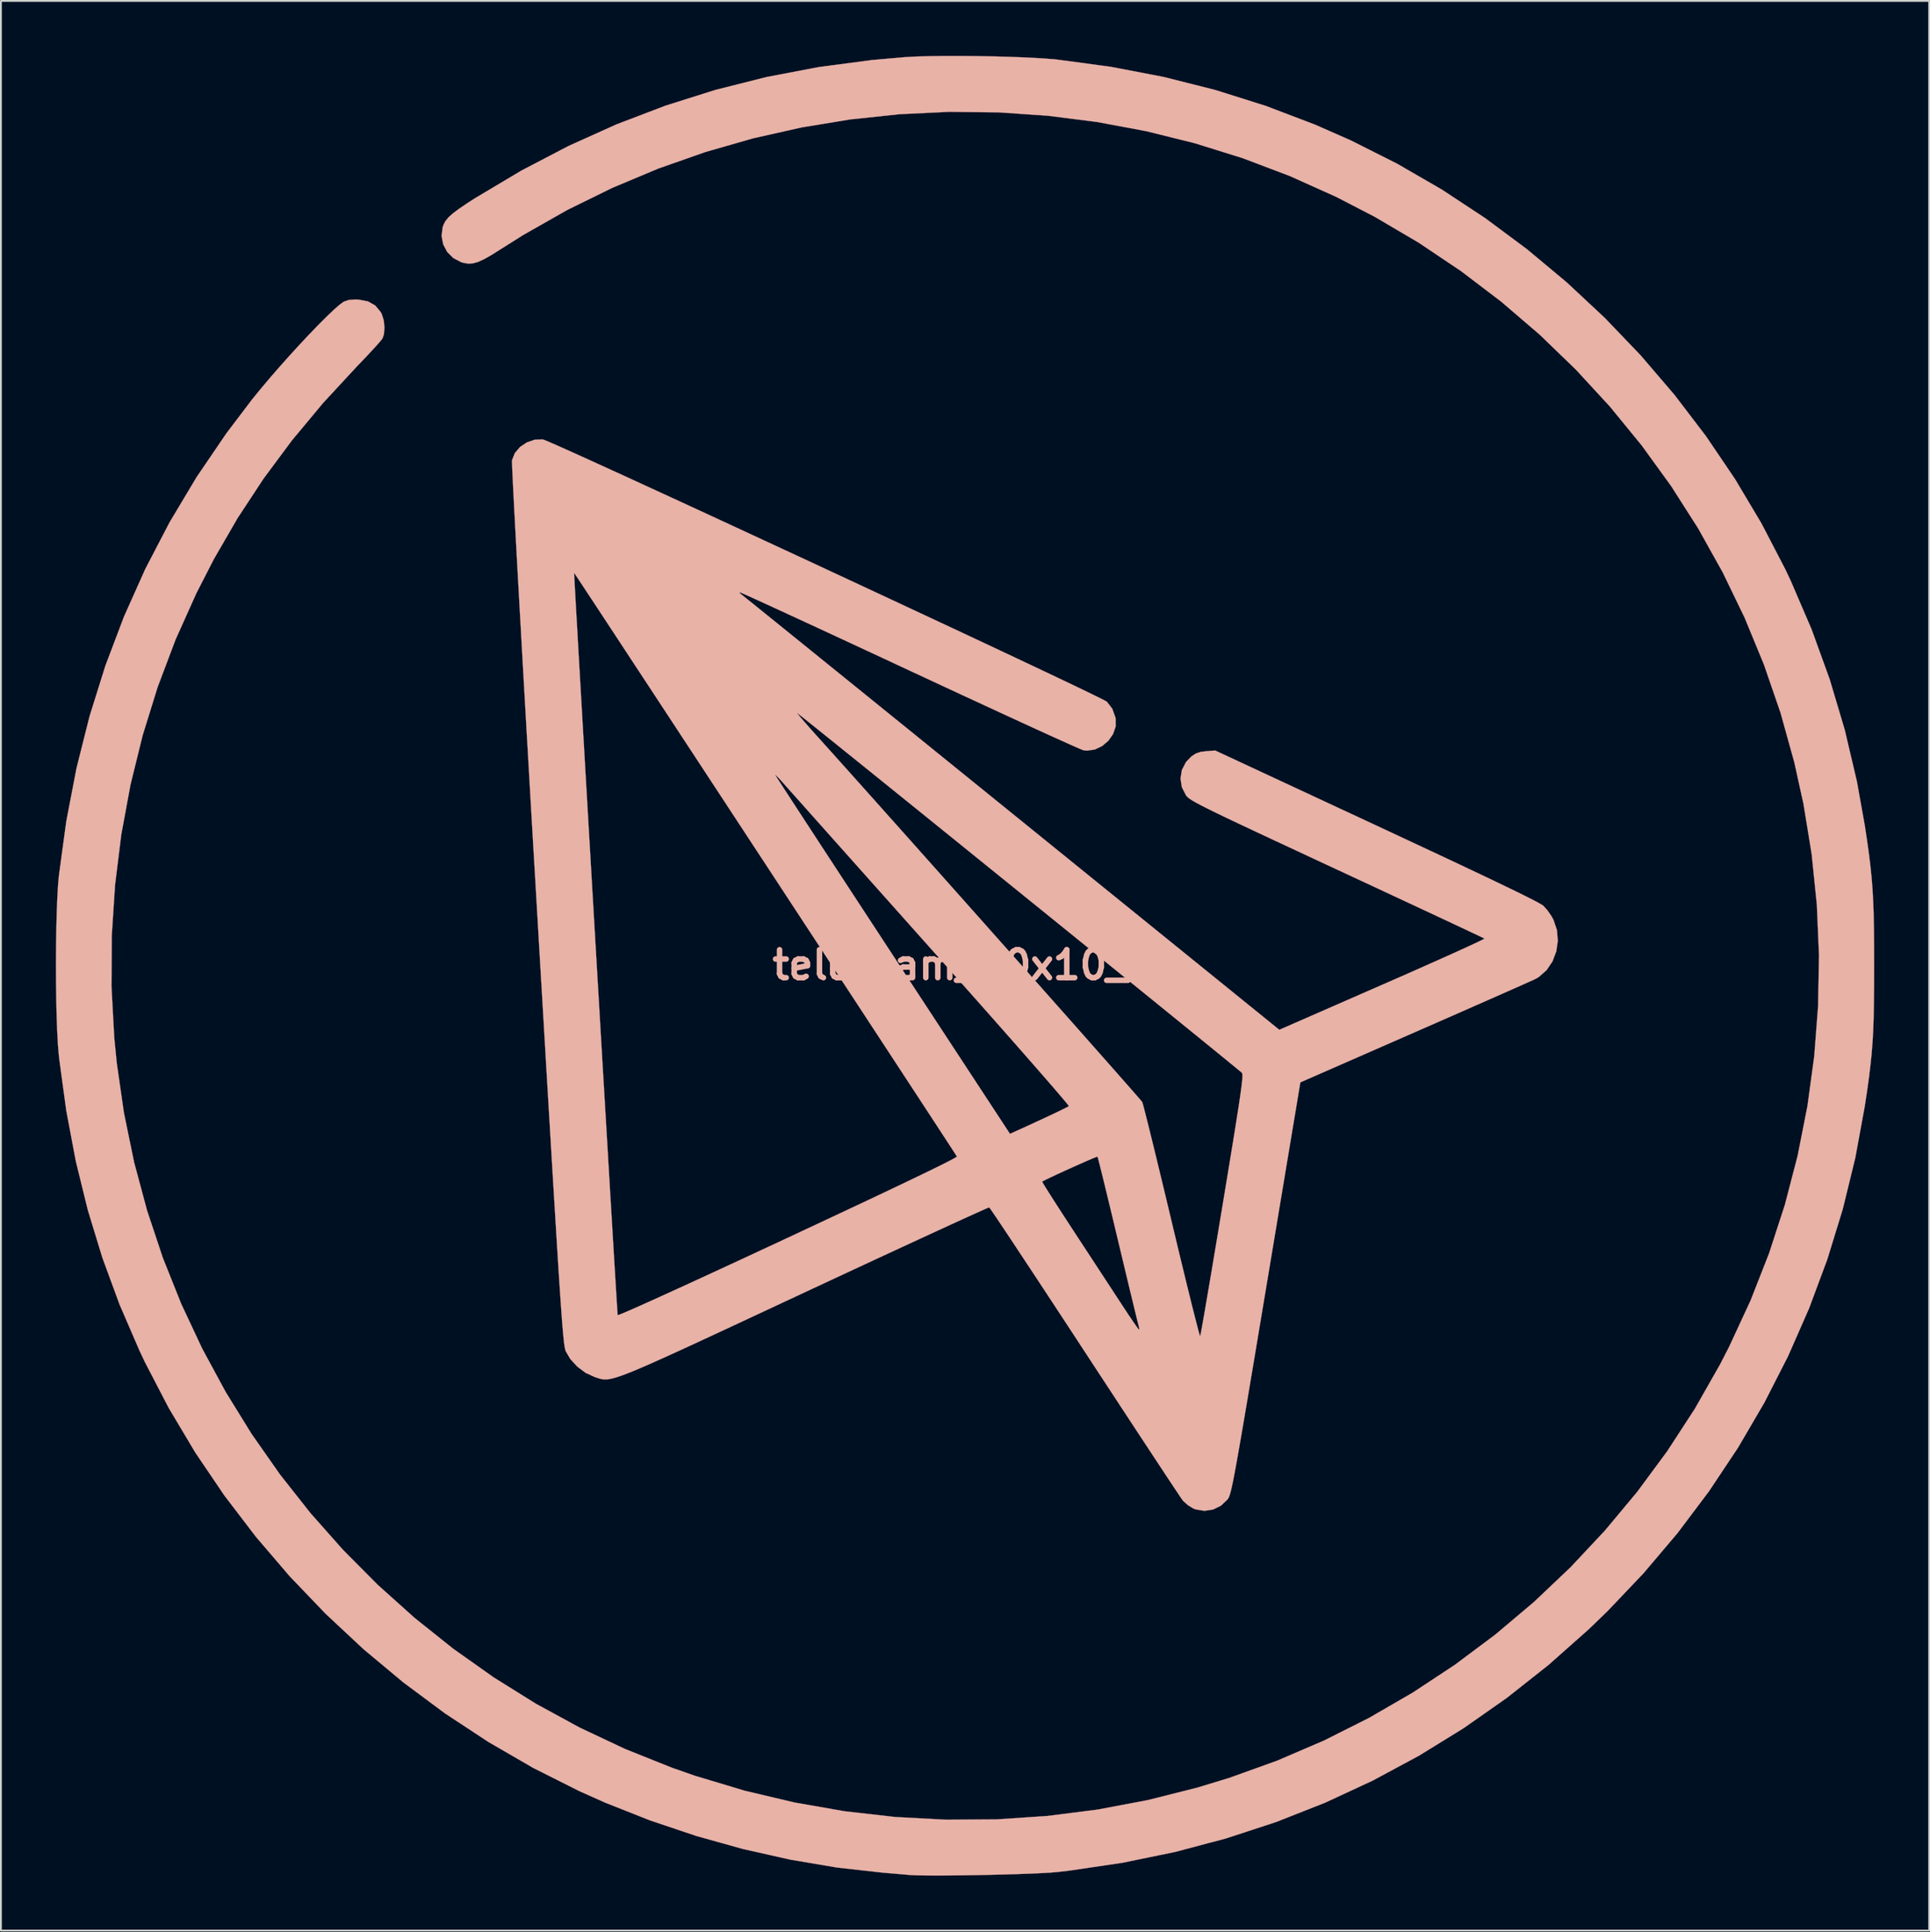
<source format=kicad_pcb>
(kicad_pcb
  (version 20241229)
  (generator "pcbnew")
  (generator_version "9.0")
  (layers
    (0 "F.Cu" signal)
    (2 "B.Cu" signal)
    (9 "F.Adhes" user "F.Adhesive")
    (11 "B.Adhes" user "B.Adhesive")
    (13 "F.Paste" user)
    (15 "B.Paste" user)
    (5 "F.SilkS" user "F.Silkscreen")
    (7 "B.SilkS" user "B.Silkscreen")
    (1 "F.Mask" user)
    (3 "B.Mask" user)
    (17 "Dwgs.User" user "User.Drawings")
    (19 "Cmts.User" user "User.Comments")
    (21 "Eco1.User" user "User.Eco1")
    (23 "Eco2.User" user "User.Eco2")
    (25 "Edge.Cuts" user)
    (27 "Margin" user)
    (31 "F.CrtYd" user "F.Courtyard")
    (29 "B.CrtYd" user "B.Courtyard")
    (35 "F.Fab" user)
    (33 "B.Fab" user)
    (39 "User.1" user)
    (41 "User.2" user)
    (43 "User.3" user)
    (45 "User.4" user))
  (footprint "telegram_10x10_B"
    (layer "F.Cu")
    (at 49.583 49.605)
    (property "Reference" "telegram_10x10_B" (at 0 0 0) (layer "B.SilkS") (effects (font (size 1.524 1.524) (thickness 0.3))))
    (attr through_hole)
    (fp_poly (pts (xy 0.769 -49.592) (xy 1.707 -49.574) (xy 2.616 -49.548) (xy 3.463 -49.514) (xy 4.218 -49.473) (xy 4.847 -49.426) (xy 5.038 -49.407) (xy 7.983 -49.011) (xy 10.865 -48.458) (xy 13.684 -47.748) (xy 16.44 -46.88) (xy 19.133 -45.856) (xy 21.089 -44.995) (xy 23.612 -43.726) (xy 26.06 -42.31) (xy 28.424 -40.753) (xy 30.698 -39.063) (xy 32.875 -37.247) (xy 34.948 -35.312) (xy 36.91 -33.264) (xy 38.753 -31.112) (xy 40.471 -28.861) (xy 42.057 -26.519) (xy 43.504 -24.093) (xy 44.805 -21.589) (xy 45.1 -20.964) (xy 46.241 -18.309) (xy 47.225 -15.593) (xy 48.049 -12.828) (xy 48.71 -10.021) (xy 49.141 -7.62) (xy 49.263 -6.808) (xy 49.365 -6.084) (xy 49.447 -5.419) (xy 49.512 -4.785) (xy 49.562 -4.154) (xy 49.599 -3.496) (xy 49.625 -2.785) (xy 49.641 -1.992) (xy 49.649 -1.088) (xy 49.651 -0.045) (xy 49.651 0.042) (xy 49.649 1.097) (xy 49.641 2.011) (xy 49.626 2.812) (xy 49.602 3.529) (xy 49.566 4.189) (xy 49.517 4.822) (xy 49.452 5.454) (xy 49.372 6.116) (xy 49.272 6.835) (xy 49.151 7.638) (xy 49.141 7.705) (xy 48.62 10.538) (xy 47.938 13.325) (xy 47.097 16.058) (xy 46.102 18.731) (xy 44.956 21.34) (xy 43.661 23.877) (xy 42.222 26.336) (xy 40.64 28.712) (xy 38.919 30.999) (xy 37.063 33.19) (xy 35.075 35.28) (xy 34.078 36.241) (xy 31.881 38.19) (xy 29.601 39.991) (xy 27.24 41.645) (xy 24.8 43.148) (xy 22.283 44.502) (xy 19.691 45.705) (xy 17.027 46.756) (xy 14.291 47.653) (xy 11.487 48.397) (xy 8.616 48.987) (xy 5.68 49.42) (xy 5.038 49.493) (xy 4.693 49.522) (xy 4.213 49.549) (xy 3.623 49.576) (xy 2.946 49.6) (xy 2.209 49.622) (xy 1.434 49.641) (xy 0.648 49.657) (xy -0.125 49.669) (xy -0.86 49.677) (xy -1.533 49.679) (xy -2.119 49.677) (xy -2.593 49.669) (xy -2.93 49.655) (xy -3.006 49.649) (xy -3.22 49.629) (xy -3.558 49.6) (xy -3.974 49.565) (xy -4.422 49.528) (xy -4.445 49.526) (xy -6.963 49.243) (xy -9.518 48.81) (xy -12.084 48.233) (xy -14.636 47.52) (xy -17.147 46.676) (xy -19.593 45.709) (xy -21.004 45.08) (xy -23.528 43.811) (xy -25.975 42.394) (xy -28.34 40.838) (xy -30.614 39.148) (xy -32.791 37.332) (xy -34.863 35.397) (xy -36.825 33.349) (xy -38.668 31.196) (xy -40.386 28.946) (xy -41.972 26.604) (xy -43.419 24.177) (xy -44.72 21.674) (xy -45.016 21.049) (xy -46.104 18.531) (xy -47.043 15.978) (xy -47.839 13.374) (xy -48.495 10.704) (xy -49.014 7.954) (xy -49.402 5.109) (xy -49.419 4.953) (xy -49.468 4.384) (xy -49.508 3.674) (xy -49.539 2.851) (xy -49.561 1.945) (xy -49.574 0.984) (xy -49.578 -0.005) (xy -49.573 -0.992) (xy -49.559 -1.95) (xy -49.536 -2.849) (xy -49.504 -3.662) (xy -49.464 -4.36) (xy -49.419 -4.868) (xy -49.015 -7.84) (xy -48.457 -10.74) (xy -47.746 -13.569) (xy -46.883 -16.326) (xy -45.866 -19.01) (xy -44.697 -21.621) (xy -43.376 -24.158) (xy -41.903 -26.621) (xy -40.278 -29.009) (xy -38.885 -30.846) (xy -38.423 -31.414) (xy -37.918 -32.014) (xy -37.384 -32.628) (xy -36.838 -33.241) (xy -36.293 -33.838) (xy -35.764 -34.402) (xy -35.267 -34.918) (xy -34.815 -35.37) (xy -34.425 -35.742) (xy -34.11 -36.019) (xy -33.886 -36.184) (xy -33.855 -36.201) (xy -33.585 -36.291) (xy -33.226 -36.314) (xy -33.059 -36.306) (xy -32.55 -36.209) (xy -32.153 -35.986) (xy -31.859 -35.633) (xy -31.794 -35.51) (xy -31.689 -35.172) (xy -31.65 -34.784) (xy -31.68 -34.421) (xy -31.753 -34.197) (xy -31.842 -34.077) (xy -32.032 -33.858) (xy -32.302 -33.561) (xy -32.633 -33.206) (xy -33.007 -32.815) (xy -33.138 -32.679) (xy -34.996 -30.672) (xy -36.697 -28.63) (xy -38.251 -26.538) (xy -39.67 -24.38) (xy -40.966 -22.139) (xy -41.918 -20.282) (xy -43.051 -17.758) (xy -44.028 -15.171) (xy -44.848 -12.53) (xy -45.51 -9.844) (xy -46.013 -7.121) (xy -46.354 -4.37) (xy -46.533 -1.598) (xy -46.548 1.185) (xy -46.397 3.972) (xy -46.263 5.334) (xy -45.869 8.069) (xy -45.315 10.758) (xy -44.607 13.394) (xy -43.748 15.972) (xy -42.743 18.487) (xy -41.597 20.931) (xy -40.314 23.301) (xy -38.899 25.59) (xy -37.357 27.792) (xy -35.693 29.902) (xy -33.91 31.914) (xy -32.013 33.823) (xy -30.008 35.622) (xy -27.898 37.306) (xy -25.689 38.87) (xy -23.385 40.307) (xy -20.99 41.612) (xy -18.509 42.78) (xy -15.948 43.804) (xy -14.69 44.243) (xy -11.994 45.052) (xy -9.272 45.696) (xy -6.529 46.175) (xy -3.771 46.488) (xy -1.006 46.635) (xy 1.761 46.616) (xy 4.523 46.432) (xy 7.273 46.082) (xy 10.007 45.566) (xy 12.716 44.884) (xy 14.465 44.351) (xy 17.078 43.411) (xy 19.62 42.319) (xy 22.087 41.08) (xy 24.471 39.7) (xy 26.768 38.185) (xy 28.97 36.539) (xy 31.073 34.767) (xy 33.069 32.875) (xy 34.952 30.868) (xy 36.718 28.751) (xy 38.359 26.53) (xy 39.869 24.209) (xy 41.243 21.794) (xy 41.734 20.839) (xy 42.908 18.306) (xy 43.923 15.719) (xy 44.78 13.084) (xy 45.476 10.41) (xy 46.011 7.704) (xy 46.384 4.973) (xy 46.594 2.225) (xy 46.642 -0.534) (xy 46.525 -3.295) (xy 46.243 -6.051) (xy 45.795 -8.795) (xy 45.293 -11.071) (xy 44.543 -13.765) (xy 43.638 -16.393) (xy 42.584 -18.95) (xy 41.385 -21.43) (xy 40.045 -23.829) (xy 38.569 -26.14) (xy 36.961 -28.358) (xy 35.226 -30.478) (xy 33.368 -32.494) (xy 31.392 -34.402) (xy 29.301 -36.194) (xy 27.101 -37.866) (xy 24.796 -39.413) (xy 22.39 -40.829) (xy 20.282 -41.918) (xy 17.758 -43.052) (xy 15.185 -44.026) (xy 12.572 -44.841) (xy 9.926 -45.498) (xy 7.255 -45.997) (xy 4.566 -46.339) (xy 1.866 -46.523) (xy -0.837 -46.552) (xy -3.536 -46.424) (xy -6.222 -46.14) (xy -8.89 -45.701) (xy -11.531 -45.108) (xy -14.137 -44.36) (xy -16.702 -43.459) (xy -19.217 -42.405) (xy -21.676 -41.197) (xy -24.071 -39.837) (xy -25.255 -39.092) (xy -25.786 -38.756) (xy -26.21 -38.515) (xy -26.553 -38.36) (xy -26.842 -38.281) (xy -27.103 -38.271) (xy -27.363 -38.32) (xy -27.459 -38.349) (xy -27.893 -38.574) (xy -28.227 -38.909) (xy -28.445 -39.324) (xy -28.532 -39.783) (xy -28.473 -40.256) (xy -28.418 -40.411) (xy -28.316 -40.6) (xy -28.157 -40.793) (xy -27.922 -41.006) (xy -27.591 -41.256) (xy -27.146 -41.558) (xy -26.705 -41.842) (xy -24.179 -43.346) (xy -21.607 -44.689) (xy -18.986 -45.869) (xy -16.313 -46.889) (xy -13.587 -47.749) (xy -10.804 -48.45) (xy -7.962 -48.993) (xy -5.058 -49.378) (xy -3.224 -49.538) (xy -2.625 -49.569) (xy -1.894 -49.59) (xy -1.063 -49.6) (xy -0.165 -49.6) (xy 0.769 -49.592)) (stroke (width 0.01) (type solid)) (fill yes) (layer "B.SilkS"))
    (fp_poly (pts (xy -22.897 -28.638) (xy -22.64 -28.531) (xy -22.248 -28.359) (xy -21.73 -28.128) (xy -21.094 -27.842) (xy -20.351 -27.505) (xy -19.508 -27.121) (xy -18.575 -26.695) (xy -17.561 -26.229) (xy -16.475 -25.73) (xy -15.326 -25.201) (xy -14.123 -24.646) (xy -12.875 -24.069) (xy -11.591 -23.474) (xy -10.279 -22.866) (xy -8.95 -22.25) (xy -7.612 -21.628) (xy -6.274 -21.005) (xy -4.945 -20.386) (xy -3.634 -19.775) (xy -2.35 -19.175) (xy -1.102 -18.592) (xy 0.101 -18.029) (xy 1.249 -17.49) (xy 2.335 -16.98) (xy 3.348 -16.502) (xy 4.28 -16.062) (xy 5.122 -15.663) (xy 5.865 -15.309) (xy 6.499 -15.005) (xy 7.016 -14.754) (xy 7.407 -14.562) (xy 7.663 -14.431) (xy 7.774 -14.367) (xy 7.776 -14.366) (xy 8.071 -13.987) (xy 8.244 -13.502) (xy 8.256 -13.443) (xy 8.257 -13.015) (xy 8.116 -12.605) (xy 7.862 -12.241) (xy 7.522 -11.95) (xy 7.124 -11.759) (xy 6.696 -11.697) (xy 6.502 -11.717) (xy 6.39 -11.759) (xy 6.135 -11.869) (xy 5.747 -12.041) (xy 5.234 -12.272) (xy 4.606 -12.556) (xy 3.874 -12.89) (xy 3.048 -13.269) (xy 2.135 -13.689) (xy 1.148 -14.145) (xy 0.095 -14.632) (xy -1.015 -15.147) (xy -2.17 -15.684) (xy -3.006 -16.073) (xy -4.183 -16.622) (xy -5.317 -17.149) (xy -6.399 -17.652) (xy -7.419 -18.125) (xy -8.367 -18.564) (xy -9.236 -18.965) (xy -10.014 -19.324) (xy -10.693 -19.636) (xy -11.263 -19.897) (xy -11.715 -20.102) (xy -12.039 -20.248) (xy -12.227 -20.329) (xy -12.272 -20.346) (xy -12.242 -20.282) (xy -12.145 -20.199) (xy -12.064 -20.136) (xy -11.858 -19.97) (xy -11.532 -19.708) (xy -11.093 -19.354) (xy -10.546 -18.912) (xy -9.898 -18.389) (xy -9.154 -17.788) (xy -8.321 -17.114) (xy -7.404 -16.372) (xy -6.409 -15.568) (xy -5.343 -14.706) (xy -4.212 -13.79) (xy -3.02 -12.827) (xy -1.776 -11.819) (xy -0.484 -10.773) (xy 0.85 -9.694) (xy 2.219 -8.585) (xy 2.604 -8.274) (xy 17.188 3.535) (xy 22.817 1.072) (xy 23.735 0.67) (xy 24.605 0.286) (xy 25.414 -0.073) (xy 26.151 -0.402) (xy 26.804 -0.696) (xy 27.36 -0.949) (xy 27.808 -1.155) (xy 28.136 -1.311) (xy 28.331 -1.409) (xy 28.384 -1.444) (xy 28.3 -1.486) (xy 28.073 -1.595) (xy 27.712 -1.765) (xy 27.229 -1.993) (xy 26.632 -2.273) (xy 25.933 -2.6) (xy 25.142 -2.97) (xy 24.268 -3.378) (xy 23.322 -3.819) (xy 22.314 -4.289) (xy 21.254 -4.782) (xy 20.327 -5.213) (xy 19.04 -5.812) (xy 17.898 -6.344) (xy 16.891 -6.813) (xy 16.011 -7.225) (xy 15.25 -7.583) (xy 14.597 -7.891) (xy 14.045 -8.155) (xy 13.584 -8.379) (xy 13.206 -8.566) (xy 12.901 -8.721) (xy 12.66 -8.849) (xy 12.475 -8.955) (xy 12.337 -9.041) (xy 12.237 -9.113) (xy 12.166 -9.176) (xy 12.115 -9.233) (xy 12.098 -9.255) (xy 11.869 -9.703) (xy 11.796 -10.177) (xy 11.872 -10.644) (xy 12.095 -11.073) (xy 12.384 -11.374) (xy 12.633 -11.541) (xy 12.899 -11.63) (xy 13.197 -11.667) (xy 13.691 -11.703) (xy 22.488 -7.609) (xy 24.012 -6.898) (xy 25.385 -6.256) (xy 26.612 -5.681) (xy 27.694 -5.17) (xy 28.637 -4.723) (xy 29.443 -4.336) (xy 30.117 -4.01) (xy 30.661 -3.741) (xy 31.079 -3.529) (xy 31.375 -3.371) (xy 31.552 -3.267) (xy 31.599 -3.231) (xy 31.815 -2.992) (xy 32.033 -2.679) (xy 32.15 -2.469) (xy 32.339 -1.909) (xy 32.387 -1.324) (xy 32.304 -0.743) (xy 32.098 -0.199) (xy 31.779 0.275) (xy 31.357 0.649) (xy 31.2 0.743) (xy 31.084 0.798) (xy 30.825 0.915) (xy 30.436 1.089) (xy 29.927 1.315) (xy 29.312 1.587) (xy 28.603 1.9) (xy 27.811 2.249) (xy 26.95 2.628) (xy 26.03 3.032) (xy 25.065 3.456) (xy 24.641 3.641) (xy 18.336 6.403) (xy 16.464 17.631) (xy 16.197 19.23) (xy 15.957 20.67) (xy 15.741 21.96) (xy 15.548 23.108) (xy 15.377 24.124) (xy 15.225 25.015) (xy 15.092 25.79) (xy 14.976 26.458) (xy 14.875 27.027) (xy 14.788 27.506) (xy 14.713 27.903) (xy 14.649 28.227) (xy 14.593 28.486) (xy 14.546 28.688) (xy 14.504 28.843) (xy 14.466 28.959) (xy 14.432 29.045) (xy 14.398 29.108) (xy 14.365 29.157) (xy 14.361 29.162) (xy 14.006 29.499) (xy 13.574 29.709) (xy 13.103 29.782) (xy 12.632 29.707) (xy 12.478 29.645) (xy 12.201 29.473) (xy 11.952 29.25) (xy 11.908 29.198) (xy 11.832 29.09) (xy 11.671 28.85) (xy 11.429 28.487) (xy 11.113 28.011) (xy 10.73 27.431) (xy 10.285 26.756) (xy 9.785 25.996) (xy 9.236 25.162) (xy 8.644 24.261) (xy 8.016 23.303) (xy 7.357 22.299) (xy 6.675 21.256) (xy 6.56 21.082) (xy 5.878 20.04) (xy 5.221 19.039) (xy 4.595 18.087) (xy 4.007 17.193) (xy 3.461 16.366) (xy 2.965 15.616) (xy 2.525 14.951) (xy 2.145 14.381) (xy 1.833 13.914) (xy 1.594 13.561) (xy 1.434 13.328) (xy 1.36 13.227) (xy 1.356 13.223) (xy 1.271 13.255) (xy 1.042 13.355) (xy 0.677 13.518) (xy 0.187 13.74) (xy -0.421 14.017) (xy -1.136 14.345) (xy -1.951 14.72) (xy -2.855 15.137) (xy -3.84 15.593) (xy -4.897 16.082) (xy -6.016 16.602) (xy -7.189 17.148) (xy -8.406 17.715) (xy -8.735 17.869) (xy -10.215 18.559) (xy -11.549 19.182) (xy -12.745 19.74) (xy -13.813 20.236) (xy -14.76 20.675) (xy -15.594 21.059) (xy -16.324 21.391) (xy -16.957 21.675) (xy -17.503 21.915) (xy -17.968 22.113) (xy -18.362 22.272) (xy -18.692 22.397) (xy -18.966 22.49) (xy -19.194 22.554) (xy -19.383 22.594) (xy -19.541 22.611) (xy -19.676 22.61) (xy -19.797 22.594) (xy -19.912 22.566) (xy -20.028 22.529) (xy -20.155 22.487) (xy -20.192 22.475) (xy -20.675 22.251) (xy -21.132 21.908) (xy -21.512 21.491) (xy -21.749 21.087) (xy -21.768 21.039) (xy -21.786 20.976) (xy -21.804 20.894) (xy -21.823 20.786) (xy -21.843 20.647) (xy -21.864 20.471) (xy -21.886 20.251) (xy -21.911 19.982) (xy -21.938 19.658) (xy -21.968 19.273) (xy -22.001 18.821) (xy -22.038 18.297) (xy -22.079 17.694) (xy -22.124 17.007) (xy -22.174 16.23) (xy -22.229 15.357) (xy -22.289 14.381) (xy -22.355 13.298) (xy -22.428 12.101) (xy -22.507 10.784) (xy -22.593 9.342) (xy -22.687 7.768) (xy -22.789 6.058) (xy -22.898 4.204) (xy -23.016 2.201) (xy -23.144 0.043) (xy -23.28 -2.276) (xy -23.339 -3.281) (xy -23.459 -5.324) (xy -23.576 -7.319) (xy -23.689 -9.26) (xy -23.797 -11.139) (xy -23.902 -12.951) (xy -24.001 -14.689) (xy -24.096 -16.345) (xy -24.184 -17.915) (xy -24.267 -19.39) (xy -24.344 -20.765) (xy -24.379 -21.399) (xy -21.299 -21.399) (xy -21.297 -21.314) (xy -21.284 -21.068) (xy -21.263 -20.671) (xy -21.233 -20.132) (xy -21.196 -19.46) (xy -21.15 -18.663) (xy -21.098 -17.751) (xy -21.04 -16.733) (xy -20.976 -15.616) (xy -20.906 -14.411) (xy -20.832 -13.126) (xy -20.753 -11.771) (xy -20.671 -10.353) (xy -20.585 -8.882) (xy -20.497 -7.368) (xy -20.406 -5.818) (xy -20.314 -4.242) (xy -20.221 -2.649) (xy -20.127 -1.047) (xy -20.033 0.554) (xy -19.939 2.146) (xy -19.847 3.719) (xy -19.756 5.265) (xy -19.666 6.775) (xy -19.58 8.239) (xy -19.496 9.649) (xy -19.416 10.997) (xy -19.341 12.272) (xy -19.269 13.467) (xy -19.203 14.571) (xy -19.143 15.577) (xy -19.089 16.475) (xy -19.041 17.257) (xy -19.001 17.913) (xy -18.968 18.435) (xy -18.944 18.813) (xy -18.929 19.039) (xy -18.923 19.104) (xy -18.843 19.083) (xy -18.617 18.992) (xy -18.253 18.836) (xy -17.757 18.617) (xy -17.136 18.339) (xy -16.397 18.004) (xy -15.549 17.617) (xy -14.597 17.181) (xy -13.549 16.698) (xy -12.412 16.172) (xy -11.193 15.606) (xy -9.9 15.004) (xy -9.622 14.874) (xy -8.034 14.132) (xy -6.599 13.459) (xy -5.316 12.856) (xy -4.185 12.321) (xy -3.203 11.854) (xy -3.131 11.819) (xy 4.244 11.819) (xy 4.282 11.893) (xy 4.404 12.094) (xy 4.599 12.405) (xy 4.858 12.812) (xy 5.172 13.3) (xy 5.531 13.853) (xy 5.924 14.457) (xy 6.06 14.665) (xy 6.505 15.344) (xy 6.955 16.03) (xy 7.392 16.698) (xy 7.802 17.324) (xy 8.168 17.883) (xy 8.473 18.349) (xy 8.696 18.69) (xy 8.958 19.087) (xy 9.189 19.428) (xy 9.372 19.692) (xy 9.492 19.855) (xy 9.532 19.897) (xy 9.546 19.829) (xy 9.517 19.706) (xy 9.487 19.59) (xy 9.421 19.324) (xy 9.323 18.925) (xy 9.198 18.409) (xy 9.048 17.791) (xy 8.879 17.087) (xy 8.694 16.313) (xy 8.496 15.485) (xy 8.381 15.006) (xy 8.179 14.159) (xy 7.988 13.363) (xy 7.811 12.633) (xy 7.653 11.982) (xy 7.517 11.428) (xy 7.406 10.984) (xy 7.325 10.665) (xy 7.277 10.488) (xy 7.266 10.455) (xy 7.185 10.48) (xy 6.979 10.563) (xy 6.677 10.692) (xy 6.308 10.855) (xy 5.9 11.037) (xy 5.482 11.226) (xy 5.083 11.409) (xy 4.731 11.574) (xy 4.455 11.707) (xy 4.283 11.795) (xy 4.244 11.819) (xy -3.131 11.819) (xy -2.371 11.454) (xy -1.687 11.122) (xy -1.15 10.857) (xy -0.759 10.657) (xy -0.513 10.523) (xy -0.411 10.455) (xy -0.408 10.447) (xy -0.469 10.351) (xy -0.617 10.122) (xy -0.847 9.769) (xy -1.154 9.299) (xy -1.532 8.719) (xy -1.978 8.038) (xy -2.485 7.263) (xy -3.048 6.403) (xy -3.663 5.463) (xy -4.325 4.453) (xy -5.028 3.38) (xy -5.767 2.252) (xy -6.538 1.076) (xy -7.335 -0.14) (xy -8.153 -1.388) (xy -8.987 -2.66) (xy -9.833 -3.949) (xy -10.684 -5.248) (xy -11.537 -6.547) (xy -12.385 -7.84) (xy -13.225 -9.12) (xy -14.044 -10.367) (xy -10.321 -10.367) (xy -10.32 -10.365) (xy -10.27 -10.285) (xy -10.133 -10.071) (xy -9.914 -9.732) (xy -9.618 -9.275) (xy -9.25 -8.71) (xy -8.816 -8.045) (xy -8.321 -7.287) (xy -7.771 -6.444) (xy -7.17 -5.526) (xy -6.525 -4.539) (xy -5.84 -3.493) (xy -5.121 -2.395) (xy -4.373 -1.253) (xy -3.9 -0.531) (xy 2.488 9.212) (xy 2.916 9.019) (xy 3.151 8.913) (xy 3.497 8.754) (xy 3.913 8.562) (xy 4.358 8.356) (xy 4.487 8.296) (xy 4.894 8.105) (xy 5.248 7.935) (xy 5.518 7.802) (xy 5.676 7.718) (xy 5.703 7.7) (xy 5.656 7.631) (xy 5.503 7.442) (xy 5.25 7.142) (xy 4.903 6.737) (xy 4.469 6.236) (xy 3.953 5.645) (xy 3.363 4.971) (xy 2.705 4.222) (xy 1.986 3.406) (xy 1.21 2.529) (xy 0.386 1.599) (xy -0.481 0.623) (xy -1.384 -0.392) (xy -1.917 -0.99) (xy -2.846 -2.032) (xy -3.748 -3.044) (xy -4.617 -4.018) (xy -5.445 -4.947) (xy -6.226 -5.823) (xy -6.953 -6.638) (xy -7.619 -7.385) (xy -8.216 -8.055) (xy -8.739 -8.642) (xy -9.18 -9.137) (xy -9.533 -9.532) (xy -9.79 -9.821) (xy -9.944 -9.995) (xy -9.981 -10.036) (xy -10.162 -10.233) (xy -10.283 -10.351) (xy -10.321 -10.367) (xy -14.044 -10.367) (xy -14.05 -10.377) (xy -14.856 -11.605) (xy -15.638 -12.796) (xy -16.267 -13.754) (xy -9.131 -13.754) (xy -9.085 -13.686) (xy -8.942 -13.513) (xy -8.718 -13.252) (xy -8.428 -12.922) (xy -8.09 -12.543) (xy -7.988 -12.43) (xy -7.53 -11.922) (xy -6.997 -11.328) (xy -6.396 -10.658) (xy -5.734 -9.918) (xy -5.018 -9.118) (xy -4.256 -8.264) (xy -3.454 -7.366) (xy -2.621 -6.432) (xy -1.763 -5.469) (xy -0.887 -4.485) (xy -0.000255 -3.49) (xy 0.889 -2.49) (xy 1.775 -1.494) (xy 2.649 -0.511) (xy 3.505 0.452) (xy 4.335 1.387) (xy 5.132 2.286) (xy 5.889 3.139) (xy 6.598 3.94) (xy 7.253 4.681) (xy 7.847 5.352) (xy 8.371 5.946) (xy 8.819 6.455) (xy 9.184 6.87) (xy 9.458 7.184) (xy 9.634 7.389) (xy 9.705 7.476) (xy 9.706 7.477) (xy 9.74 7.587) (xy 9.811 7.85) (xy 9.913 8.25) (xy 10.046 8.776) (xy 10.204 9.415) (xy 10.385 10.153) (xy 10.585 10.978) (xy 10.802 11.875) (xy 11.032 12.833) (xy 11.272 13.838) (xy 11.309 13.992) (xy 11.549 14.996) (xy 11.778 15.948) (xy 11.994 16.838) (xy 12.193 17.652) (xy 12.372 18.378) (xy 12.529 19.004) (xy 12.66 19.517) (xy 12.761 19.906) (xy 12.831 20.156) (xy 12.866 20.257) (xy 12.868 20.258) (xy 12.889 20.166) (xy 12.936 19.92) (xy 13.006 19.531) (xy 13.097 19.012) (xy 13.207 18.375) (xy 13.334 17.632) (xy 13.476 16.796) (xy 13.63 15.879) (xy 13.795 14.893) (xy 13.969 13.851) (xy 14.094 13.098) (xy 14.303 11.833) (xy 14.486 10.724) (xy 14.643 9.762) (xy 14.777 8.936) (xy 14.888 8.235) (xy 14.979 7.65) (xy 15.05 7.169) (xy 15.104 6.783) (xy 15.142 6.482) (xy 15.166 6.254) (xy 15.176 6.09) (xy 15.174 5.98) (xy 15.162 5.912) (xy 15.143 5.878) (xy 15.057 5.804) (xy 14.848 5.632) (xy 14.525 5.367) (xy 14.095 5.015) (xy 13.567 4.585) (xy 12.947 4.081) (xy 12.245 3.511) (xy 11.468 2.88) (xy 10.624 2.195) (xy 9.722 1.463) (xy 8.767 0.69) (xy 7.77 -0.118) (xy 6.738 -0.954) (xy 5.678 -1.812) (xy 4.598 -2.686) (xy 3.507 -3.568) (xy 2.413 -4.453) (xy 1.322 -5.335) (xy 0.244 -6.206) (xy -0.814 -7.061) (xy -1.843 -7.893) (xy -2.837 -8.696) (xy -3.787 -9.462) (xy -4.685 -10.187) (xy -5.524 -10.863) (xy -6.295 -11.484) (xy -6.99 -12.044) (xy -7.601 -12.535) (xy -8.122 -12.953) (xy -8.543 -13.29) (xy -8.856 -13.54) (xy -9.055 -13.697) (xy -9.13 -13.754) (xy -9.131 -13.754) (xy -16.267 -13.754) (xy -16.39 -13.941) (xy -17.108 -15.035) (xy -17.787 -16.067) (xy -18.421 -17.032) (xy -19.005 -17.921) (xy -19.535 -18.727) (xy -20.005 -19.442) (xy -20.411 -20.058) (xy -20.747 -20.567) (xy -21.007 -20.962) (xy -21.188 -21.235) (xy -21.285 -21.378) (xy -21.299 -21.399) (xy -24.379 -21.399) (xy -24.414 -22.032) (xy -24.477 -23.186) (xy -24.532 -24.219) (xy -24.58 -25.126) (xy -24.62 -25.898) (xy -24.651 -26.531) (xy -24.673 -27.017) (xy -24.686 -27.349) (xy -24.69 -27.521) (xy -24.689 -27.543) (xy -24.535 -27.932) (xy -24.252 -28.265) (xy -23.877 -28.517) (xy -23.447 -28.663) (xy -23.009 -28.678) (xy -22.897 -28.638)) (stroke (width 0.01) (type solid)) (fill yes) (layer "B.SilkS")))
  (gr_rect
    (start -3 -3)
    (end 102.239 102.29)
    (stroke (width 0.1) (type default))
    (fill no)
    (layer "Edge.Cuts")))
</source>
